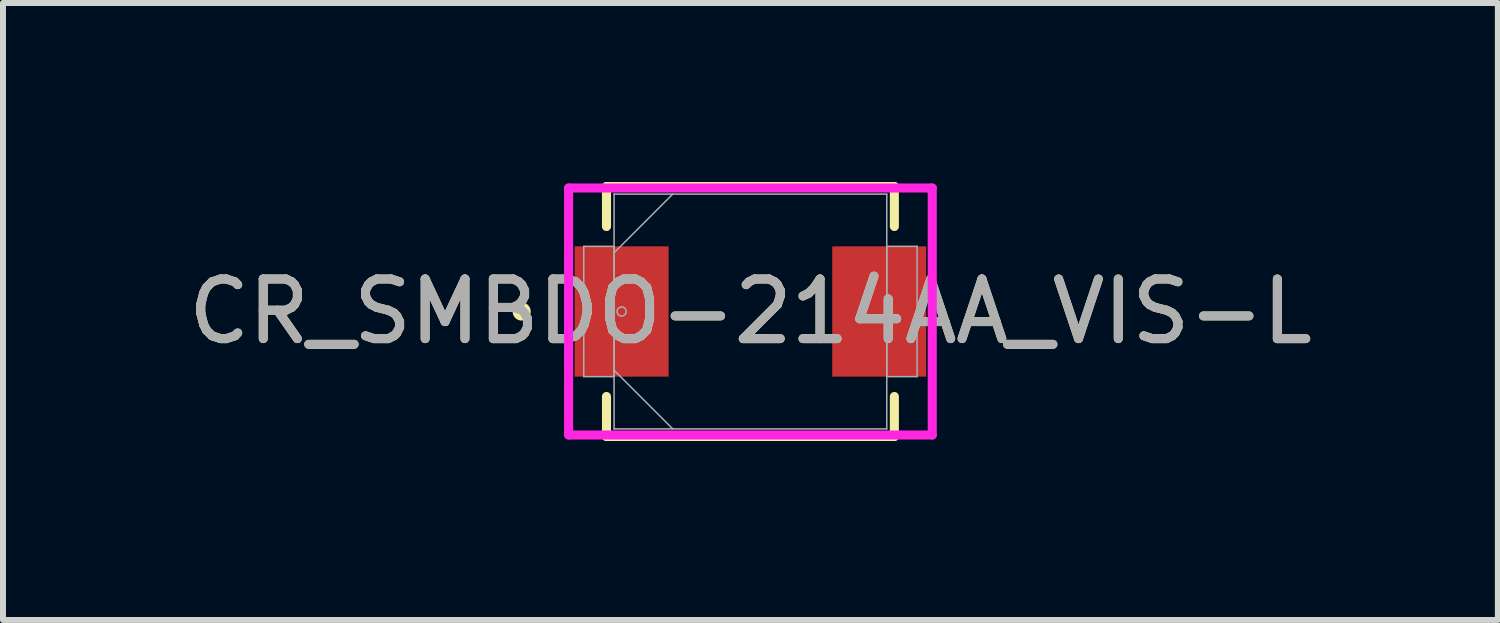
<source format=kicad_pcb>
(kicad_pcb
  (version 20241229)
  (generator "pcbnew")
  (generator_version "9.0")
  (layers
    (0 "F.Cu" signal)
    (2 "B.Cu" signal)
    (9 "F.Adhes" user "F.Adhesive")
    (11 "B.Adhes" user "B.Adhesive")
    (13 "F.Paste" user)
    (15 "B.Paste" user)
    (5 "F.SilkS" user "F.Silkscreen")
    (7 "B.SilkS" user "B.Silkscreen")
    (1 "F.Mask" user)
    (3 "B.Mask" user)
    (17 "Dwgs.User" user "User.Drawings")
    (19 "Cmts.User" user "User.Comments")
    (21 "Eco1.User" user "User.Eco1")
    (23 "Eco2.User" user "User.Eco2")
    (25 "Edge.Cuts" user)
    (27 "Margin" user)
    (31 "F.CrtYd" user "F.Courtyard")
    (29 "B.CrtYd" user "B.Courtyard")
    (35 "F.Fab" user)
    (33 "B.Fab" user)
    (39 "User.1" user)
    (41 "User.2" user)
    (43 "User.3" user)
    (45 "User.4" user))
  (footprint "CR_SMBDO-214AA_VIS-L"
    (layer "F.Cu")
    (at 9.53 2.172)
    (property "Reference" "CR_SMBDO-214AA_VIS-L" (at 0 0 0) (unlocked yes) (layer "F.SilkS") (effects (font (size 1 1) (thickness 0.15))))
    (attr smd)
    (fp_line (start -2.413 -2.095) (end -2.413 -1.425) (stroke (width 0.152) (type solid)) (layer "F.SilkS"))
    (fp_line (start -2.413 1.425) (end -2.413 2.095) (stroke (width 0.152) (type solid)) (layer "F.SilkS"))
    (fp_line (start -2.413 2.095) (end 2.413 2.095) (stroke (width 0.152) (type solid)) (layer "F.SilkS"))
    (fp_line (start 2.413 -2.095) (end -2.413 -2.095) (stroke (width 0.152) (type solid)) (layer "F.SilkS"))
    (fp_line (start 2.413 -1.425) (end 2.413 -2.095) (stroke (width 0.152) (type solid)) (layer "F.SilkS"))
    (fp_line (start 2.413 2.095) (end 2.413 1.425) (stroke (width 0.152) (type solid)) (layer "F.SilkS"))
    (fp_circle (center -3.835 0) (end -3.759 0) (stroke (width 0.152) (type solid)) (fill no) (layer "F.SilkS"))
    (fp_line (start -3.048 -2.07) (end 3.048 -2.07) (stroke (width 0.152) (type solid)) (layer "F.CrtYd"))
    (fp_line (start -3.048 2.07) (end -3.048 -2.07) (stroke (width 0.152) (type solid)) (layer "F.CrtYd"))
    (fp_line (start 3.048 -2.07) (end 3.048 2.07) (stroke (width 0.152) (type solid)) (layer "F.CrtYd"))
    (fp_line (start 3.048 2.07) (end -3.048 2.07) (stroke (width 0.152) (type solid)) (layer "F.CrtYd"))
    (fp_line (start -2.794 -1.092) (end -2.794 1.092) (stroke (width 0.025) (type solid)) (layer "F.Fab"))
    (fp_line (start -2.794 1.092) (end -2.286 1.092) (stroke (width 0.025) (type solid)) (layer "F.Fab"))
    (fp_line (start -2.286 -1.968) (end -2.286 1.968) (stroke (width 0.025) (type solid)) (layer "F.Fab"))
    (fp_line (start -2.286 -1.092) (end -2.794 -1.092) (stroke (width 0.025) (type solid)) (layer "F.Fab"))
    (fp_line (start -2.286 -0.984) (end -1.302 -1.968) (stroke (width 0.025) (type solid)) (layer "F.Fab"))
    (fp_line (start -2.286 0.984) (end -1.302 1.968) (stroke (width 0.025) (type solid)) (layer "F.Fab"))
    (fp_line (start -2.286 1.092) (end -2.286 -1.092) (stroke (width 0.025) (type solid)) (layer "F.Fab"))
    (fp_line (start -2.286 1.968) (end 2.286 1.968) (stroke (width 0.025) (type solid)) (layer "F.Fab"))
    (fp_line (start 2.286 -1.968) (end -2.286 -1.968) (stroke (width 0.025) (type solid)) (layer "F.Fab"))
    (fp_line (start 2.286 -1.092) (end 2.286 1.092) (stroke (width 0.025) (type solid)) (layer "F.Fab"))
    (fp_line (start 2.286 1.092) (end 2.794 1.092) (stroke (width 0.025) (type solid)) (layer "F.Fab"))
    (fp_line (start 2.286 1.968) (end 2.286 -1.968) (stroke (width 0.025) (type solid)) (layer "F.Fab"))
    (fp_line (start 2.794 -1.092) (end 2.286 -1.092) (stroke (width 0.025) (type solid)) (layer "F.Fab"))
    (fp_line (start 2.794 1.092) (end 2.794 -1.092) (stroke (width 0.025) (type solid)) (layer "F.Fab"))
    (fp_circle (center -2.159 0) (end -2.083 0) (stroke (width 0.025) (type solid)) (fill no) (layer "F.Fab"))
    (fp_text user "${REFERENCE}" (at 0 0 0) (unlocked yes) (layer "F.Fab") (effects (font (size 1 1) (thickness 0.15))))
    (pad "1" smd rect (at -2.159 0) (size 1.575 2.184) (layers "F.Cu" "F.Mask" "F.Paste"))
    (pad "2" smd rect (at 2.159 0) (size 1.575 2.184) (layers "F.Cu" "F.Mask" "F.Paste"))
    (zone (net_name "") (layer "F.Cu") (hatch full 0.508) (connect_pads) (min_thickness 0.254) (filled_areas_thickness no) (keepout (tracks not_allowed) (vias not_allowed) (pads allowed) (copperpour not_allowed) (footprints allowed)) (placement (enabled no)) (fill) (polygon (pts (xy 8.209 0.254) (xy 10.851 0.254) (xy 10.851 4.089) (xy 8.209 4.089)))))
  (gr_rect
    (start -3 -3)
    (end 22.06 7.343)
    (stroke (width 0.1) (type default))
    (fill no)
    (layer "Edge.Cuts")))
</source>
